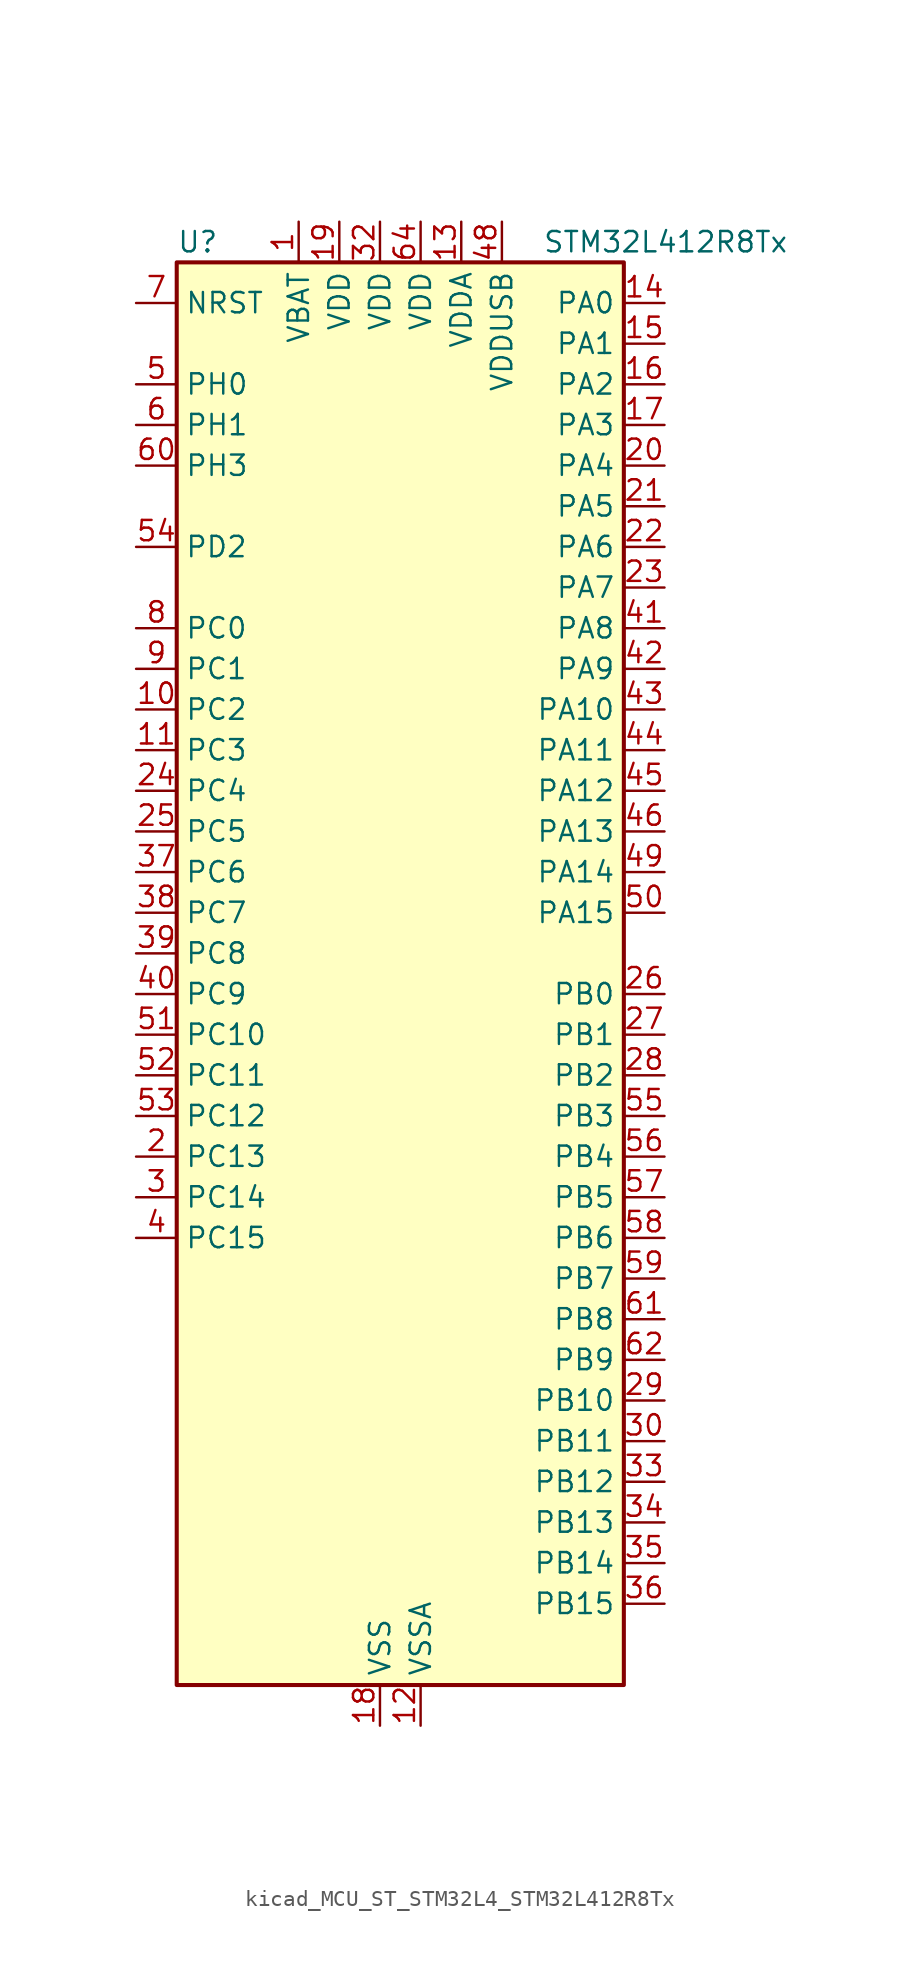
<source format=kicad_sym>
(kicad_symbol_lib
  (version 20220914)
  (generator kicad_symbol_editor)
  (symbol "kicad_MCU_ST_STM32L4_STM32L412R8Tx"
    (property "Reference" "U"
      (at -12.7 46.99 0)
      (effects (font (size 1.27 1.27)) (justify left)))
    (property "Value" "STM32L412R8Tx"
      (at 10.16 46.99 0)
      (effects (font (size 1.27 1.27)) (justify left)))
    (property "ki_locked" ""
      (at 0 0 0)
      (effects (font (size 1.27 1.27))))
    (symbol "kicad_MCU_ST_STM32L4_STM32L412R8Tx_0_1"
      (rectangle (start -12.7 -43.18) (end 15.24 45.72) (stroke (width 0.254) (type default)) (fill (type background))))
    (symbol "kicad_MCU_ST_STM32L4_STM32L412R8Tx_1_1"
      (pin power_in line (at -5.08 48.26 270) (length 2.54) (name "VBAT" (effects (font (size 1.27 1.27)))) (number "1" (effects (font (size 1.27 1.27)))))
      (pin bidirectional line (at -15.24 17.78 0) (length 2.54) (name "PC2" (effects (font (size 1.27 1.27)))) (number "10" (effects (font (size 1.27 1.27)))) (alternate "ADC1_IN3" bidirectional line) (alternate "ADC2_IN3" bidirectional line) (alternate "LPTIM1_IN2" bidirectional line) (alternate "SPI2_MISO" bidirectional line))
      (pin bidirectional line (at -15.24 15.24 0) (length 2.54) (name "PC3" (effects (font (size 1.27 1.27)))) (number "11" (effects (font (size 1.27 1.27)))) (alternate "ADC1_IN4" bidirectional line) (alternate "ADC2_IN4" bidirectional line) (alternate "LPTIM1_ETR" bidirectional line) (alternate "LPTIM2_ETR" bidirectional line) (alternate "SPI2_MOSI" bidirectional line))
      (pin power_in line (at 2.54 -45.72 90) (length 2.54) (name "VSSA" (effects (font (size 1.27 1.27)))) (number "12" (effects (font (size 1.27 1.27)))))
      (pin power_in line (at 5.08 48.26 270) (length 2.54) (name "VDDA" (effects (font (size 1.27 1.27)))) (number "13" (effects (font (size 1.27 1.27)))))
      (pin bidirectional line (at 17.78 43.18 180) (length 2.54) (name "PA0" (effects (font (size 1.27 1.27)))) (number "14" (effects (font (size 1.27 1.27)))) (alternate "ADC1_IN5" bidirectional line) (alternate "COMP1_INM" bidirectional line) (alternate "COMP1_OUT" bidirectional line) (alternate "OPAMP1_VINP" bidirectional line) (alternate "RTC_TAMP2" bidirectional line) (alternate "SYS_WKUP1" bidirectional line) (alternate "TIM2_CH1" bidirectional line) (alternate "TIM2_ETR" bidirectional line) (alternate "USART2_CTS" bidirectional line))
      (pin bidirectional line (at 17.78 40.64 180) (length 2.54) (name "PA1" (effects (font (size 1.27 1.27)))) (number "15" (effects (font (size 1.27 1.27)))) (alternate "ADC1_IN6" bidirectional line) (alternate "COMP1_INP" bidirectional line) (alternate "I2C1_SMBA" bidirectional line) (alternate "OPAMP1_VINM" bidirectional line) (alternate "SPI1_SCK" bidirectional line) (alternate "TIM15_CH1N" bidirectional line) (alternate "TIM2_CH2" bidirectional line) (alternate "USART2_DE" bidirectional line) (alternate "USART2_RTS" bidirectional line))
      (pin bidirectional line (at 17.78 38.1 180) (length 2.54) (name "PA2" (effects (font (size 1.27 1.27)))) (number "16" (effects (font (size 1.27 1.27)))) (alternate "ADC1_IN7" bidirectional line) (alternate "ADC2_IN7" bidirectional line) (alternate "LPUART1_TX" bidirectional line) (alternate "QUADSPI_BK1_NCS" bidirectional line) (alternate "RCC_LSCO" bidirectional line) (alternate "SYS_WKUP4" bidirectional line) (alternate "TIM15_CH1" bidirectional line) (alternate "TIM2_CH3" bidirectional line) (alternate "USART2_TX" bidirectional line))
      (pin bidirectional line (at 17.78 35.56 180) (length 2.54) (name "PA3" (effects (font (size 1.27 1.27)))) (number "17" (effects (font (size 1.27 1.27)))) (alternate "ADC1_IN8" bidirectional line) (alternate "ADC2_IN8" bidirectional line) (alternate "LPUART1_RX" bidirectional line) (alternate "OPAMP1_VOUT" bidirectional line) (alternate "QUADSPI_CLK" bidirectional line) (alternate "TIM15_CH2" bidirectional line) (alternate "TIM2_CH4" bidirectional line) (alternate "USART2_RX" bidirectional line))
      (pin power_in line (at 0 -45.72 90) (length 2.54) (name "VSS" (effects (font (size 1.27 1.27)))) (number "18" (effects (font (size 1.27 1.27)))))
      (pin power_in line (at -2.54 48.26 270) (length 2.54) (name "VDD" (effects (font (size 1.27 1.27)))) (number "19" (effects (font (size 1.27 1.27)))))
      (pin bidirectional line (at -15.24 -10.16 0) (length 2.54) (name "PC13" (effects (font (size 1.27 1.27)))) (number "2" (effects (font (size 1.27 1.27)))) (alternate "RTC_OUT_ALARM" bidirectional line) (alternate "RTC_OUT_CALIB" bidirectional line) (alternate "RTC_TAMP1" bidirectional line) (alternate "RTC_TS" bidirectional line) (alternate "SYS_WKUP2" bidirectional line))
      (pin bidirectional line (at 17.78 33.02 180) (length 2.54) (name "PA4" (effects (font (size 1.27 1.27)))) (number "20" (effects (font (size 1.27 1.27)))) (alternate "ADC1_IN9" bidirectional line) (alternate "ADC2_IN9" bidirectional line) (alternate "COMP1_INM" bidirectional line) (alternate "LPTIM2_OUT" bidirectional line) (alternate "SPI1_NSS" bidirectional line) (alternate "USART2_CK" bidirectional line))
      (pin bidirectional line (at 17.78 30.48 180) (length 2.54) (name "PA5" (effects (font (size 1.27 1.27)))) (number "21" (effects (font (size 1.27 1.27)))) (alternate "ADC1_IN10" bidirectional line) (alternate "ADC2_IN10" bidirectional line) (alternate "COMP1_INM" bidirectional line) (alternate "LPTIM2_ETR" bidirectional line) (alternate "SPI1_SCK" bidirectional line) (alternate "TIM2_CH1" bidirectional line) (alternate "TIM2_ETR" bidirectional line))
      (pin bidirectional line (at 17.78 27.94 180) (length 2.54) (name "PA6" (effects (font (size 1.27 1.27)))) (number "22" (effects (font (size 1.27 1.27)))) (alternate "ADC1_IN11" bidirectional line) (alternate "ADC2_IN11" bidirectional line) (alternate "COMP1_OUT" bidirectional line) (alternate "LPUART1_CTS" bidirectional line) (alternate "QUADSPI_BK1_IO3" bidirectional line) (alternate "SPI1_MISO" bidirectional line) (alternate "TIM16_CH1" bidirectional line) (alternate "TIM1_BKIN" bidirectional line) (alternate "USART3_CTS" bidirectional line))
      (pin bidirectional line (at 17.78 25.4 180) (length 2.54) (name "PA7" (effects (font (size 1.27 1.27)))) (number "23" (effects (font (size 1.27 1.27)))) (alternate "ADC1_IN12" bidirectional line) (alternate "ADC2_IN12" bidirectional line) (alternate "I2C3_SCL" bidirectional line) (alternate "QUADSPI_BK1_IO2" bidirectional line) (alternate "SPI1_MOSI" bidirectional line) (alternate "TIM1_CH1N" bidirectional line))
      (pin bidirectional line (at -15.24 12.7 0) (length 2.54) (name "PC4" (effects (font (size 1.27 1.27)))) (number "24" (effects (font (size 1.27 1.27)))) (alternate "ADC1_IN13" bidirectional line) (alternate "ADC2_IN13" bidirectional line) (alternate "COMP1_INM" bidirectional line) (alternate "USART3_TX" bidirectional line))
      (pin bidirectional line (at -15.24 10.16 0) (length 2.54) (name "PC5" (effects (font (size 1.27 1.27)))) (number "25" (effects (font (size 1.27 1.27)))) (alternate "ADC1_IN14" bidirectional line) (alternate "ADC2_IN14" bidirectional line) (alternate "COMP1_INP" bidirectional line) (alternate "SYS_WKUP5" bidirectional line) (alternate "USART3_RX" bidirectional line))
      (pin bidirectional line (at 17.78 0 180) (length 2.54) (name "PB0" (effects (font (size 1.27 1.27)))) (number "26" (effects (font (size 1.27 1.27)))) (alternate "ADC1_IN15" bidirectional line) (alternate "ADC2_IN15" bidirectional line) (alternate "COMP1_OUT" bidirectional line) (alternate "QUADSPI_BK1_IO1" bidirectional line) (alternate "SPI1_NSS" bidirectional line) (alternate "SYS_TRACED0" bidirectional line) (alternate "TIM1_CH2N" bidirectional line) (alternate "USART3_CK" bidirectional line))
      (pin bidirectional line (at 17.78 -2.54 180) (length 2.54) (name "PB1" (effects (font (size 1.27 1.27)))) (number "27" (effects (font (size 1.27 1.27)))) (alternate "ADC1_IN16" bidirectional line) (alternate "ADC2_IN16" bidirectional line) (alternate "COMP1_INM" bidirectional line) (alternate "LPTIM2_IN1" bidirectional line) (alternate "LPUART1_DE" bidirectional line) (alternate "LPUART1_RTS" bidirectional line) (alternate "QUADSPI_BK1_IO0" bidirectional line) (alternate "SYS_TRACED1" bidirectional line) (alternate "TIM1_CH3N" bidirectional line) (alternate "USART3_DE" bidirectional line) (alternate "USART3_RTS" bidirectional line))
      (pin bidirectional line (at 17.78 -5.08 180) (length 2.54) (name "PB2" (effects (font (size 1.27 1.27)))) (number "28" (effects (font (size 1.27 1.27)))) (alternate "COMP1_INP" bidirectional line) (alternate "I2C3_SMBA" bidirectional line) (alternate "LPTIM1_OUT" bidirectional line) (alternate "RTC_OUT_ALARM" bidirectional line) (alternate "RTC_OUT_CALIB" bidirectional line))
      (pin bidirectional line (at 17.78 -25.4 180) (length 2.54) (name "PB10" (effects (font (size 1.27 1.27)))) (number "29" (effects (font (size 1.27 1.27)))) (alternate "COMP1_OUT" bidirectional line) (alternate "I2C2_SCL" bidirectional line) (alternate "LPUART1_RX" bidirectional line) (alternate "QUADSPI_CLK" bidirectional line) (alternate "SPI2_SCK" bidirectional line) (alternate "TIM2_CH3" bidirectional line) (alternate "TSC_SYNC" bidirectional line) (alternate "USART3_TX" bidirectional line))
      (pin bidirectional line (at -15.24 -12.7 0) (length 2.54) (name "PC14" (effects (font (size 1.27 1.27)))) (number "3" (effects (font (size 1.27 1.27)))) (alternate "RCC_OSC32_IN" bidirectional line))
      (pin bidirectional line (at 17.78 -27.94 180) (length 2.54) (name "PB11" (effects (font (size 1.27 1.27)))) (number "30" (effects (font (size 1.27 1.27)))) (alternate "ADC1_EXTI11" bidirectional line) (alternate "ADC2_EXTI11" bidirectional line) (alternate "I2C2_SDA" bidirectional line) (alternate "LPUART1_TX" bidirectional line) (alternate "QUADSPI_BK1_NCS" bidirectional line) (alternate "TIM2_CH4" bidirectional line) (alternate "USART3_RX" bidirectional line))
      (pin passive line (at 0 -45.72 90) (length 2.54) hide (name "VSS" (effects (font (size 1.27 1.27)))) (number "31" (effects (font (size 1.27 1.27)))))
      (pin power_in line (at 0 48.26 270) (length 2.54) (name "VDD" (effects (font (size 1.27 1.27)))) (number "32" (effects (font (size 1.27 1.27)))))
      (pin bidirectional line (at 17.78 -30.48 180) (length 2.54) (name "PB12" (effects (font (size 1.27 1.27)))) (number "33" (effects (font (size 1.27 1.27)))) (alternate "I2C2_SMBA" bidirectional line) (alternate "LPUART1_DE" bidirectional line) (alternate "LPUART1_RTS" bidirectional line) (alternate "SPI2_NSS" bidirectional line) (alternate "TIM15_BKIN" bidirectional line) (alternate "TIM1_BKIN" bidirectional line) (alternate "TSC_G1_IO1" bidirectional line) (alternate "USART3_CK" bidirectional line))
      (pin bidirectional line (at 17.78 -33.02 180) (length 2.54) (name "PB13" (effects (font (size 1.27 1.27)))) (number "34" (effects (font (size 1.27 1.27)))) (alternate "I2C2_SCL" bidirectional line) (alternate "LPUART1_CTS" bidirectional line) (alternate "SPI2_SCK" bidirectional line) (alternate "TIM15_CH1N" bidirectional line) (alternate "TIM1_CH1N" bidirectional line) (alternate "TSC_G1_IO2" bidirectional line) (alternate "USART3_CTS" bidirectional line))
      (pin bidirectional line (at 17.78 -35.56 180) (length 2.54) (name "PB14" (effects (font (size 1.27 1.27)))) (number "35" (effects (font (size 1.27 1.27)))) (alternate "I2C2_SDA" bidirectional line) (alternate "SPI2_MISO" bidirectional line) (alternate "TIM15_CH1" bidirectional line) (alternate "TIM1_CH2N" bidirectional line) (alternate "TSC_G1_IO3" bidirectional line) (alternate "USART3_DE" bidirectional line) (alternate "USART3_RTS" bidirectional line))
      (pin bidirectional line (at 17.78 -38.1 180) (length 2.54) (name "PB15" (effects (font (size 1.27 1.27)))) (number "36" (effects (font (size 1.27 1.27)))) (alternate "ADC1_EXTI15" bidirectional line) (alternate "ADC2_EXTI15" bidirectional line) (alternate "RTC_REFIN" bidirectional line) (alternate "SPI2_MOSI" bidirectional line) (alternate "TIM15_CH2" bidirectional line) (alternate "TIM1_CH3N" bidirectional line) (alternate "TSC_G1_IO4" bidirectional line))
      (pin bidirectional line (at -15.24 7.62 0) (length 2.54) (name "PC6" (effects (font (size 1.27 1.27)))) (number "37" (effects (font (size 1.27 1.27)))) (alternate "TSC_G4_IO1" bidirectional line))
      (pin bidirectional line (at -15.24 5.08 0) (length 2.54) (name "PC7" (effects (font (size 1.27 1.27)))) (number "38" (effects (font (size 1.27 1.27)))) (alternate "TSC_G4_IO2" bidirectional line))
      (pin bidirectional line (at -15.24 2.54 0) (length 2.54) (name "PC8" (effects (font (size 1.27 1.27)))) (number "39" (effects (font (size 1.27 1.27)))) (alternate "TSC_G4_IO3" bidirectional line))
      (pin bidirectional line (at -15.24 -15.24 0) (length 2.54) (name "PC15" (effects (font (size 1.27 1.27)))) (number "4" (effects (font (size 1.27 1.27)))) (alternate "ADC1_EXTI15" bidirectional line) (alternate "ADC2_EXTI15" bidirectional line) (alternate "RCC_OSC32_OUT" bidirectional line))
      (pin bidirectional line (at -15.24 0 0) (length 2.54) (name "PC9" (effects (font (size 1.27 1.27)))) (number "40" (effects (font (size 1.27 1.27)))) (alternate "TSC_G4_IO4" bidirectional line) (alternate "USB_NOE" bidirectional line))
      (pin bidirectional line (at 17.78 22.86 180) (length 2.54) (name "PA8" (effects (font (size 1.27 1.27)))) (number "41" (effects (font (size 1.27 1.27)))) (alternate "LPTIM2_OUT" bidirectional line) (alternate "RCC_MCO" bidirectional line) (alternate "TIM1_CH1" bidirectional line) (alternate "USART1_CK" bidirectional line))
      (pin bidirectional line (at 17.78 20.32 180) (length 2.54) (name "PA9" (effects (font (size 1.27 1.27)))) (number "42" (effects (font (size 1.27 1.27)))) (alternate "I2C1_SCL" bidirectional line) (alternate "TIM15_BKIN" bidirectional line) (alternate "TIM1_CH2" bidirectional line) (alternate "USART1_TX" bidirectional line))
      (pin bidirectional line (at 17.78 17.78 180) (length 2.54) (name "PA10" (effects (font (size 1.27 1.27)))) (number "43" (effects (font (size 1.27 1.27)))) (alternate "CRS_SYNC" bidirectional line) (alternate "I2C1_SDA" bidirectional line) (alternate "TIM1_CH3" bidirectional line) (alternate "USART1_RX" bidirectional line))
      (pin bidirectional line (at 17.78 15.24 180) (length 2.54) (name "PA11" (effects (font (size 1.27 1.27)))) (number "44" (effects (font (size 1.27 1.27)))) (alternate "ADC1_EXTI11" bidirectional line) (alternate "ADC2_EXTI11" bidirectional line) (alternate "COMP1_OUT" bidirectional line) (alternate "SPI1_MISO" bidirectional line) (alternate "TIM1_BKIN2" bidirectional line) (alternate "TIM1_BKIN2_COMP1" bidirectional line) (alternate "TIM1_CH4" bidirectional line) (alternate "USART1_CTS" bidirectional line) (alternate "USB_DM" bidirectional line))
      (pin bidirectional line (at 17.78 12.7 180) (length 2.54) (name "PA12" (effects (font (size 1.27 1.27)))) (number "45" (effects (font (size 1.27 1.27)))) (alternate "SPI1_MOSI" bidirectional line) (alternate "TIM1_ETR" bidirectional line) (alternate "USART1_DE" bidirectional line) (alternate "USART1_RTS" bidirectional line) (alternate "USB_DP" bidirectional line))
      (pin bidirectional line (at 17.78 10.16 180) (length 2.54) (name "PA13" (effects (font (size 1.27 1.27)))) (number "46" (effects (font (size 1.27 1.27)))) (alternate "IR_OUT" bidirectional line) (alternate "SYS_JTMS-SWDIO" bidirectional line) (alternate "USB_NOE" bidirectional line))
      (pin passive line (at 0 -45.72 90) (length 2.54) hide (name "VSS" (effects (font (size 1.27 1.27)))) (number "47" (effects (font (size 1.27 1.27)))))
      (pin power_in line (at 7.62 48.26 270) (length 2.54) (name "VDDUSB" (effects (font (size 1.27 1.27)))) (number "48" (effects (font (size 1.27 1.27)))))
      (pin bidirectional line (at 17.78 7.62 180) (length 2.54) (name "PA14" (effects (font (size 1.27 1.27)))) (number "49" (effects (font (size 1.27 1.27)))) (alternate "I2C1_SMBA" bidirectional line) (alternate "LPTIM1_OUT" bidirectional line) (alternate "SYS_JTCK-SWCLK" bidirectional line))
      (pin bidirectional line (at -15.24 38.1 0) (length 2.54) (name "PH0" (effects (font (size 1.27 1.27)))) (number "5" (effects (font (size 1.27 1.27)))) (alternate "RCC_OSC_IN" bidirectional line))
      (pin bidirectional line (at 17.78 5.08 180) (length 2.54) (name "PA15" (effects (font (size 1.27 1.27)))) (number "50" (effects (font (size 1.27 1.27)))) (alternate "ADC1_EXTI15" bidirectional line) (alternate "ADC2_EXTI15" bidirectional line) (alternate "SPI1_NSS" bidirectional line) (alternate "SYS_JTDI" bidirectional line) (alternate "TIM2_CH1" bidirectional line) (alternate "TIM2_ETR" bidirectional line) (alternate "TSC_G3_IO1" bidirectional line) (alternate "USART2_RX" bidirectional line) (alternate "USART3_DE" bidirectional line) (alternate "USART3_RTS" bidirectional line))
      (pin bidirectional line (at -15.24 -2.54 0) (length 2.54) (name "PC10" (effects (font (size 1.27 1.27)))) (number "51" (effects (font (size 1.27 1.27)))) (alternate "SYS_TRACED1" bidirectional line) (alternate "TSC_G3_IO2" bidirectional line) (alternate "USART3_TX" bidirectional line))
      (pin bidirectional line (at -15.24 -5.08 0) (length 2.54) (name "PC11" (effects (font (size 1.27 1.27)))) (number "52" (effects (font (size 1.27 1.27)))) (alternate "ADC1_EXTI11" bidirectional line) (alternate "ADC2_EXTI11" bidirectional line) (alternate "TSC_G3_IO3" bidirectional line) (alternate "USART3_RX" bidirectional line))
      (pin bidirectional line (at -15.24 -7.62 0) (length 2.54) (name "PC12" (effects (font (size 1.27 1.27)))) (number "53" (effects (font (size 1.27 1.27)))) (alternate "SYS_TRACED3" bidirectional line) (alternate "TSC_G3_IO4" bidirectional line) (alternate "USART3_CK" bidirectional line))
      (pin bidirectional line (at -15.24 27.94 0) (length 2.54) (name "PD2" (effects (font (size 1.27 1.27)))) (number "54" (effects (font (size 1.27 1.27)))) (alternate "SYS_TRACED2" bidirectional line) (alternate "TSC_SYNC" bidirectional line) (alternate "USART3_DE" bidirectional line) (alternate "USART3_RTS" bidirectional line))
      (pin bidirectional line (at 17.78 -7.62 180) (length 2.54) (name "PB3" (effects (font (size 1.27 1.27)))) (number "55" (effects (font (size 1.27 1.27)))) (alternate "SPI1_SCK" bidirectional line) (alternate "SYS_JTDO-SWO" bidirectional line) (alternate "TIM2_CH2" bidirectional line) (alternate "USART1_DE" bidirectional line) (alternate "USART1_RTS" bidirectional line))
      (pin bidirectional line (at 17.78 -10.16 180) (length 2.54) (name "PB4" (effects (font (size 1.27 1.27)))) (number "56" (effects (font (size 1.27 1.27)))) (alternate "I2C3_SDA" bidirectional line) (alternate "SPI1_MISO" bidirectional line) (alternate "SYS_JTRST" bidirectional line) (alternate "TSC_G2_IO1" bidirectional line) (alternate "USART1_CTS" bidirectional line))
      (pin bidirectional line (at 17.78 -12.7 180) (length 2.54) (name "PB5" (effects (font (size 1.27 1.27)))) (number "57" (effects (font (size 1.27 1.27)))) (alternate "I2C1_SMBA" bidirectional line) (alternate "LPTIM1_IN1" bidirectional line) (alternate "SPI1_MOSI" bidirectional line) (alternate "SYS_TRACED2" bidirectional line) (alternate "TIM16_BKIN" bidirectional line) (alternate "TSC_G2_IO2" bidirectional line) (alternate "USART1_CK" bidirectional line))
      (pin bidirectional line (at 17.78 -15.24 180) (length 2.54) (name "PB6" (effects (font (size 1.27 1.27)))) (number "58" (effects (font (size 1.27 1.27)))) (alternate "I2C1_SCL" bidirectional line) (alternate "LPTIM1_ETR" bidirectional line) (alternate "SYS_TRACED3" bidirectional line) (alternate "TIM16_CH1N" bidirectional line) (alternate "TSC_G2_IO3" bidirectional line) (alternate "USART1_TX" bidirectional line))
      (pin bidirectional line (at 17.78 -17.78 180) (length 2.54) (name "PB7" (effects (font (size 1.27 1.27)))) (number "59" (effects (font (size 1.27 1.27)))) (alternate "I2C1_SDA" bidirectional line) (alternate "LPTIM1_IN2" bidirectional line) (alternate "SYS_PVD_IN" bidirectional line) (alternate "SYS_TRACECLK" bidirectional line) (alternate "TSC_G2_IO4" bidirectional line) (alternate "USART1_RX" bidirectional line))
      (pin bidirectional line (at -15.24 35.56 0) (length 2.54) (name "PH1" (effects (font (size 1.27 1.27)))) (number "6" (effects (font (size 1.27 1.27)))) (alternate "RCC_OSC_OUT" bidirectional line))
      (pin bidirectional line (at -15.24 33.02 0) (length 2.54) (name "PH3" (effects (font (size 1.27 1.27)))) (number "60" (effects (font (size 1.27 1.27)))))
      (pin bidirectional line (at 17.78 -20.32 180) (length 2.54) (name "PB8" (effects (font (size 1.27 1.27)))) (number "61" (effects (font (size 1.27 1.27)))) (alternate "I2C1_SCL" bidirectional line) (alternate "TIM16_CH1" bidirectional line))
      (pin bidirectional line (at 17.78 -22.86 180) (length 2.54) (name "PB9" (effects (font (size 1.27 1.27)))) (number "62" (effects (font (size 1.27 1.27)))) (alternate "I2C1_SDA" bidirectional line) (alternate "IR_OUT" bidirectional line) (alternate "SPI2_NSS" bidirectional line))
      (pin passive line (at 0 -45.72 90) (length 2.54) hide (name "VSS" (effects (font (size 1.27 1.27)))) (number "63" (effects (font (size 1.27 1.27)))))
      (pin power_in line (at 2.54 48.26 270) (length 2.54) (name "VDD" (effects (font (size 1.27 1.27)))) (number "64" (effects (font (size 1.27 1.27)))))
      (pin input line (at -15.24 43.18 0) (length 2.54) (name "NRST" (effects (font (size 1.27 1.27)))) (number "7" (effects (font (size 1.27 1.27)))))
      (pin bidirectional line (at -15.24 22.86 0) (length 2.54) (name "PC0" (effects (font (size 1.27 1.27)))) (number "8" (effects (font (size 1.27 1.27)))) (alternate "ADC1_IN1" bidirectional line) (alternate "ADC2_IN1" bidirectional line) (alternate "I2C3_SCL" bidirectional line) (alternate "LPTIM1_IN1" bidirectional line) (alternate "LPTIM2_IN1" bidirectional line) (alternate "LPUART1_RX" bidirectional line) (alternate "SYS_TRACECLK" bidirectional line))
      (pin bidirectional line (at -15.24 20.32 0) (length 2.54) (name "PC1" (effects (font (size 1.27 1.27)))) (number "9" (effects (font (size 1.27 1.27)))) (alternate "ADC1_IN2" bidirectional line) (alternate "ADC2_IN2" bidirectional line) (alternate "I2C3_SDA" bidirectional line) (alternate "LPTIM1_OUT" bidirectional line) (alternate "LPUART1_TX" bidirectional line) (alternate "SYS_TRACED0" bidirectional line)))))
</source>
